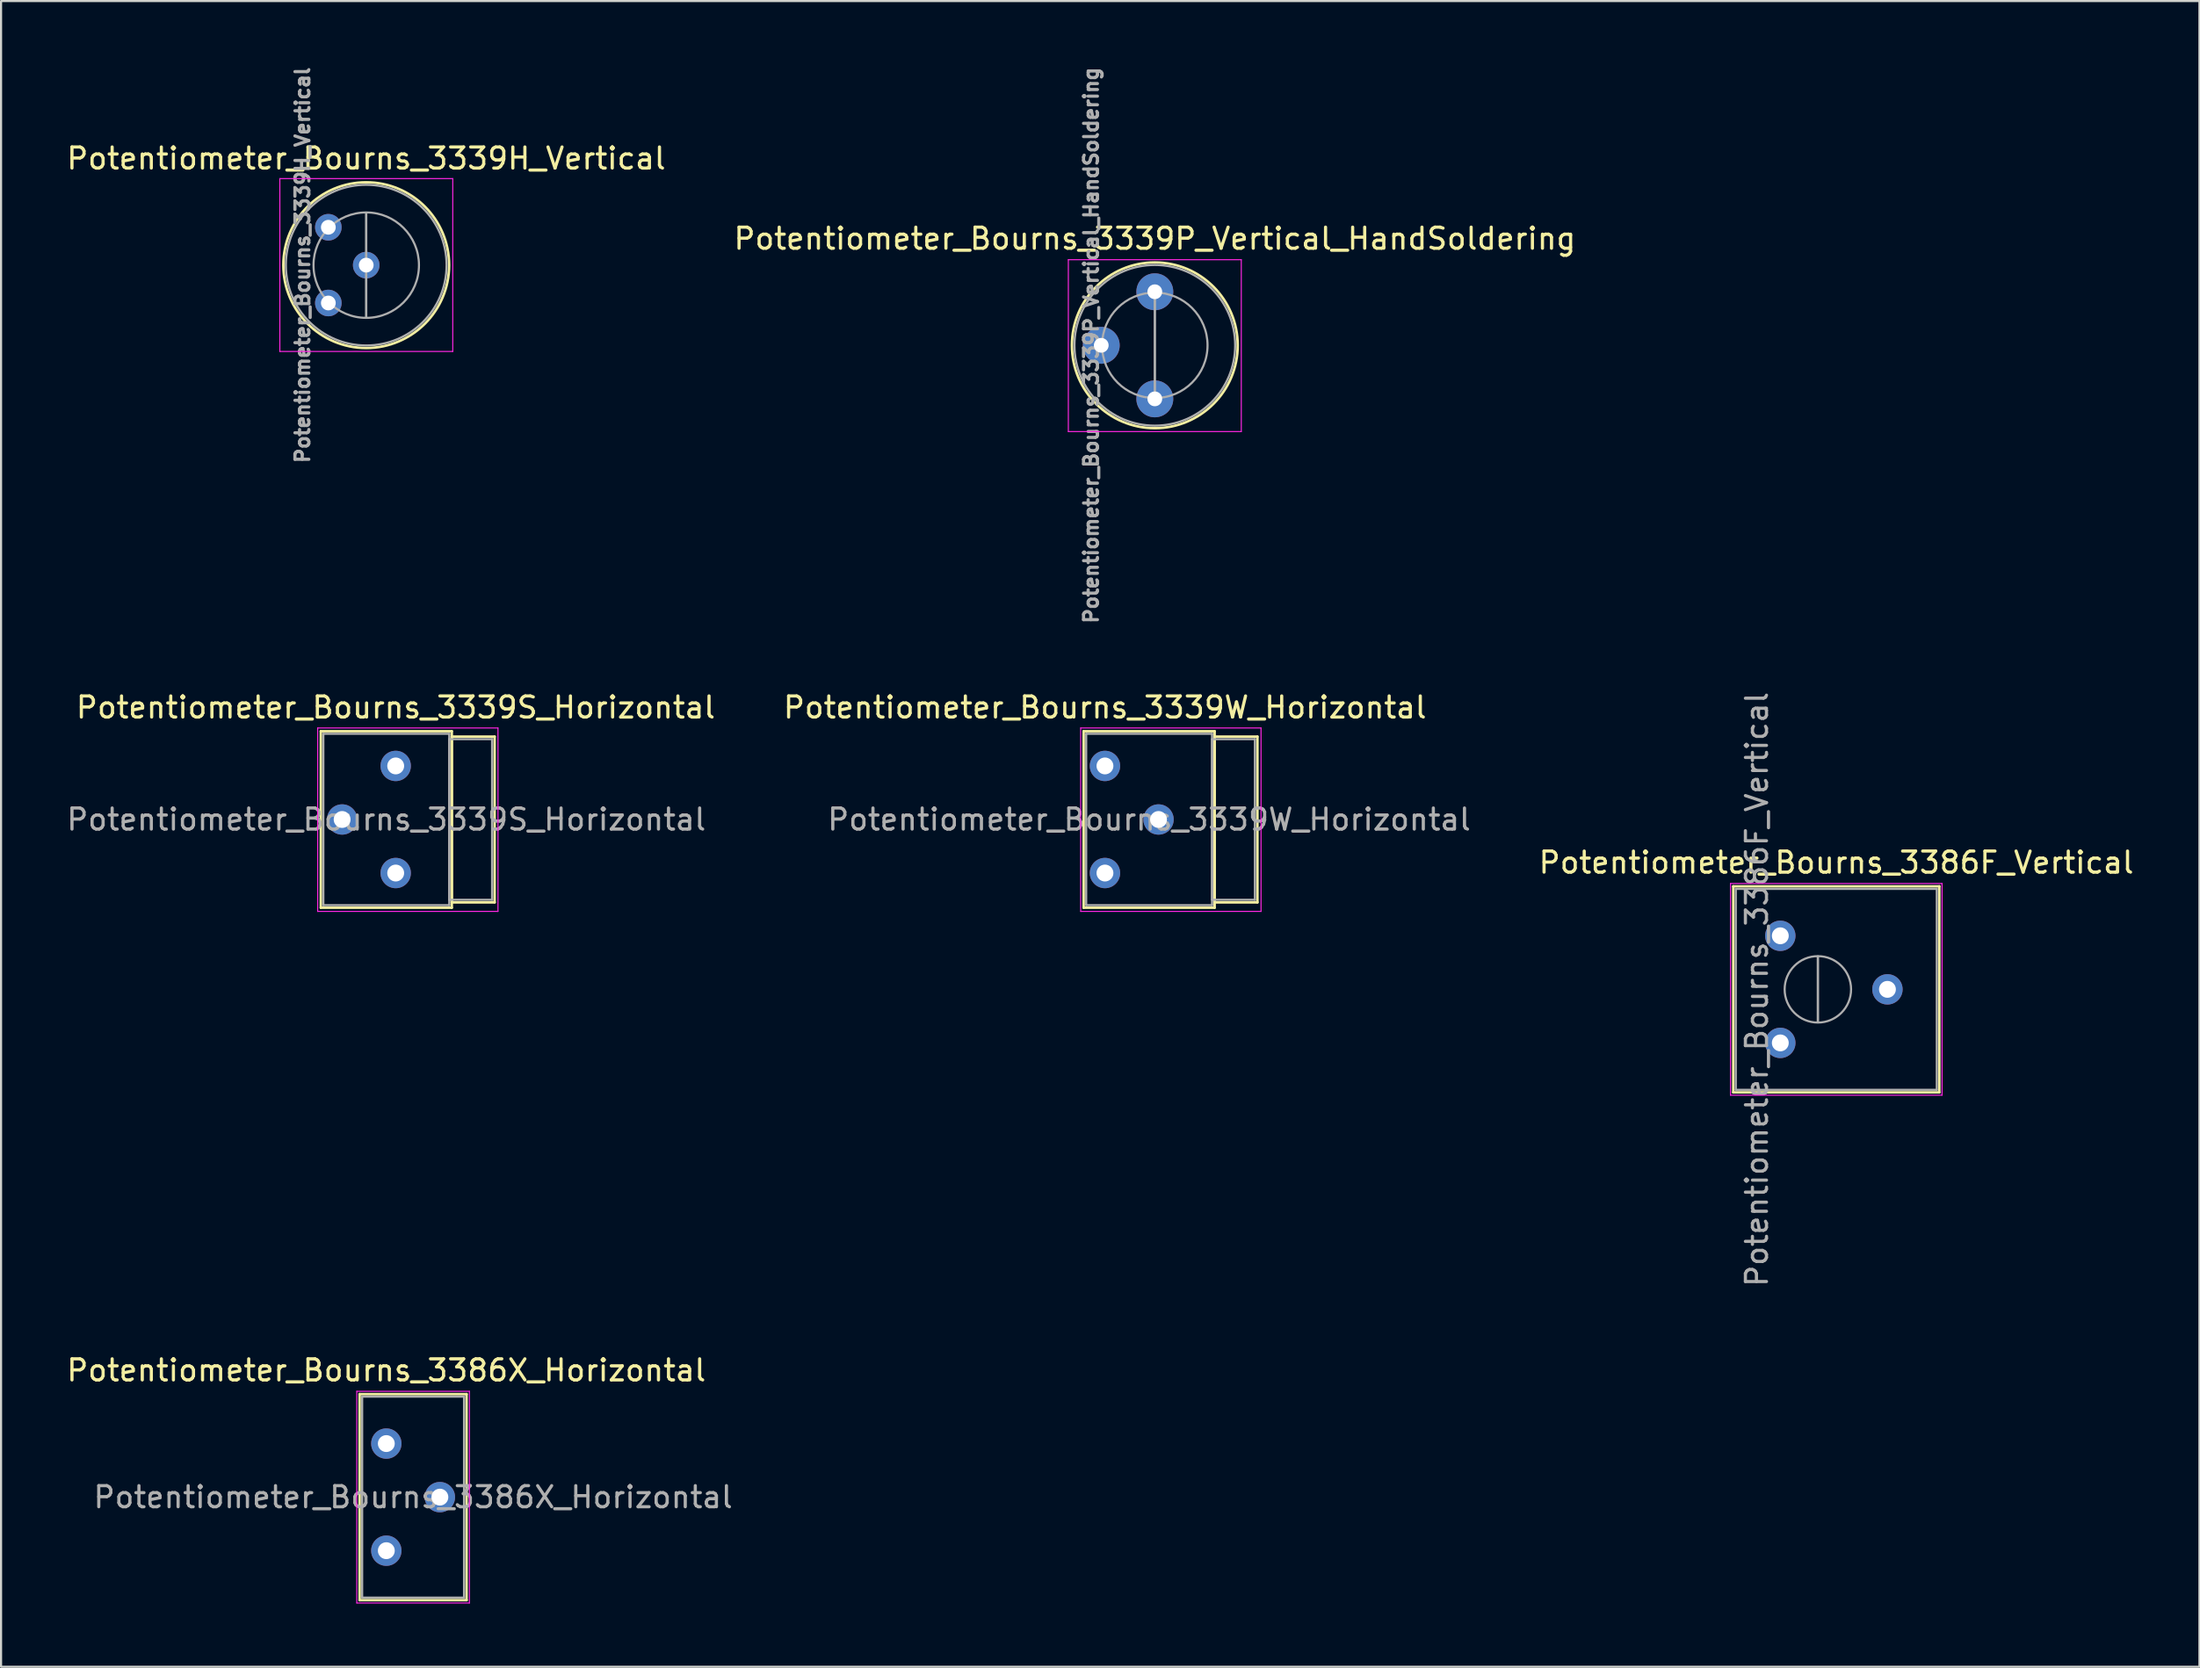
<source format=kicad_pcb>
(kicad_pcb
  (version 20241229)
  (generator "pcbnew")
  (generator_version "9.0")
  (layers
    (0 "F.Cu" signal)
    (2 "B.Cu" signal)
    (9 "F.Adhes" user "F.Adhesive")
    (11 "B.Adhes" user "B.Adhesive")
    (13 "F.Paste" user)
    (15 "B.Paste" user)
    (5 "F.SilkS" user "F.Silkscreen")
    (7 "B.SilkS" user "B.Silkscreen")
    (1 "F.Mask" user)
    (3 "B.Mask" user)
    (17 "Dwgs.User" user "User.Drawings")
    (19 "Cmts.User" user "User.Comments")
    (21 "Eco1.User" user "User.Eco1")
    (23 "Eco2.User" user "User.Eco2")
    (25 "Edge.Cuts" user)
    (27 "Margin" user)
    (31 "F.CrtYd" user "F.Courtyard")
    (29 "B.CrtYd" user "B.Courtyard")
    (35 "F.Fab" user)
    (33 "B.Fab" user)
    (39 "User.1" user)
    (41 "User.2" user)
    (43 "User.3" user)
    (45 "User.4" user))
  (footprint "Potentiometer_Bourns_3339P_Vertical_HandSoldering"
    (layer "F.Cu")
    (at 51.708 15.868)
    (property "Reference" "Potentiometer_Bourns_3339P_Vertical_HandSoldering" (at 0 -7.6 0) (layer "F.SilkS") (effects (font (size 1 1) (thickness 0.15))))
    (attr through_hole)
    (fp_circle (center 0 -2.54) (end 3.93 -2.54) (stroke (width 0.12) (type solid)) (fill no) (layer "F.SilkS"))
    (fp_line (start -4.1 -6.6) (end -4.1 1.55) (stroke (width 0.05) (type solid)) (layer "F.CrtYd"))
    (fp_line (start -4.1 1.55) (end 4.1 1.55) (stroke (width 0.05) (type solid)) (layer "F.CrtYd"))
    (fp_line (start 4.1 -6.6) (end -4.1 -6.6) (stroke (width 0.05) (type solid)) (layer "F.CrtYd"))
    (fp_line (start 4.1 1.55) (end 4.1 -6.6) (stroke (width 0.05) (type solid)) (layer "F.CrtYd"))
    (fp_line (start 0 -0.064) (end 0.001 -5.014) (stroke (width 0.1) (type solid)) (layer "F.Fab"))
    (fp_line (start 0 -0.064) (end 0.001 -5.014) (stroke (width 0.1) (type solid)) (layer "F.Fab"))
    (fp_circle (center 0 -2.54) (end 2.5 -2.54) (stroke (width 0.1) (type solid)) (fill no) (layer "F.Fab"))
    (fp_circle (center 0 -2.54) (end 3.81 -2.54) (stroke (width 0.1) (type solid)) (fill no) (layer "F.Fab"))
    (fp_text user "${REFERENCE}" (at -3.018 -2.54 90) (layer "F.Fab") (effects (font (size 0.66 0.66) (thickness 0.15))))
    (pad "1" thru_hole circle (at 0 0) (size 1.75 1.75) (drill 0.7) (layers "*.Cu" "*.Mask"))
    (pad "2" thru_hole circle (at -2.54 -2.54) (size 1.75 1.75) (drill 0.7) (layers "*.Cu" "*.Mask"))
    (pad "3" thru_hole circle (at 0 -5.08) (size 1.75 1.75) (drill 0.7) (layers "*.Cu" "*.Mask")))
  (footprint "Potentiometer_Bourns_3339W_Horizontal"
    (layer "F.Cu")
    (at 49.344 33.278)
    (property "Reference" "Potentiometer_Bourns_3339W_Horizontal" (at 0 -2.775 0) (layer "F.SilkS") (effects (font (size 1 1) (thickness 0.15))))
    (attr through_hole)
    (fp_line (start -1.01 -1.646) (end -1.01 6.725) (stroke (width 0.12) (type solid)) (layer "F.SilkS"))
    (fp_line (start -1.01 -1.646) (end 5.2 -1.646) (stroke (width 0.12) (type solid)) (layer "F.SilkS"))
    (fp_line (start -1.01 6.725) (end 5.2 6.725) (stroke (width 0.12) (type solid)) (layer "F.SilkS"))
    (fp_line (start 5.2 -1.646) (end 5.2 6.725) (stroke (width 0.12) (type solid)) (layer "F.SilkS"))
    (fp_line (start 5.2 -1.39) (end 5.2 6.471) (stroke (width 0.12) (type solid)) (layer "F.SilkS"))
    (fp_line (start 5.2 -1.39) (end 7.23 -1.39) (stroke (width 0.12) (type solid)) (layer "F.SilkS"))
    (fp_line (start 5.2 6.471) (end 7.23 6.471) (stroke (width 0.12) (type solid)) (layer "F.SilkS"))
    (fp_line (start 7.23 -1.39) (end 7.23 6.471) (stroke (width 0.12) (type solid)) (layer "F.SilkS"))
    (fp_line (start -1.15 -1.8) (end -1.15 6.9) (stroke (width 0.05) (type solid)) (layer "F.CrtYd"))
    (fp_line (start -1.15 6.9) (end 7.4 6.9) (stroke (width 0.05) (type solid)) (layer "F.CrtYd"))
    (fp_line (start 7.4 -1.8) (end -1.15 -1.8) (stroke (width 0.05) (type solid)) (layer "F.CrtYd"))
    (fp_line (start 7.4 6.9) (end 7.4 -1.8) (stroke (width 0.05) (type solid)) (layer "F.CrtYd"))
    (fp_line (start -0.89 -1.525) (end -0.89 6.605) (stroke (width 0.1) (type solid)) (layer "F.Fab"))
    (fp_line (start -0.89 6.605) (end 5.08 6.605) (stroke (width 0.1) (type solid)) (layer "F.Fab"))
    (fp_line (start 5.08 -1.525) (end -0.89 -1.525) (stroke (width 0.1) (type solid)) (layer "F.Fab"))
    (fp_line (start 5.08 -1.27) (end 5.08 6.35) (stroke (width 0.1) (type solid)) (layer "F.Fab"))
    (fp_line (start 5.08 6.35) (end 7.11 6.35) (stroke (width 0.1) (type solid)) (layer "F.Fab"))
    (fp_line (start 5.08 6.605) (end 5.08 -1.525) (stroke (width 0.1) (type solid)) (layer "F.Fab"))
    (fp_line (start 7.11 -1.27) (end 5.08 -1.27) (stroke (width 0.1) (type solid)) (layer "F.Fab"))
    (fp_line (start 7.11 6.35) (end 7.11 -1.27) (stroke (width 0.1) (type solid)) (layer "F.Fab"))
    (fp_text user "${REFERENCE}" (at 2.095 2.54 0) (layer "F.Fab") (effects (font (size 1 1) (thickness 0.15))))
    (pad "1" thru_hole circle (at 0 0) (size 1.44 1.44) (drill 0.8) (layers "*.Cu" "*.Mask"))
    (pad "2" thru_hole circle (at 2.54 2.54) (size 1.44 1.44) (drill 0.8) (layers "*.Cu" "*.Mask"))
    (pad "3" thru_hole circle (at 0 5.08) (size 1.44 1.44) (drill 0.8) (layers "*.Cu" "*.Mask")))
  (footprint "Potentiometer_Bourns_3339S_Horizontal"
    (layer "F.Cu")
    (at 15.713 33.278)
    (property "Reference" "Potentiometer_Bourns_3339S_Horizontal" (at 0 -2.775 0) (layer "F.SilkS") (effects (font (size 1 1) (thickness 0.15))))
    (attr through_hole)
    (fp_line (start -3.55 -1.646) (end -3.55 6.725) (stroke (width 0.12) (type solid)) (layer "F.SilkS"))
    (fp_line (start -3.55 -1.646) (end 2.66 -1.646) (stroke (width 0.12) (type solid)) (layer "F.SilkS"))
    (fp_line (start -3.55 6.725) (end 2.66 6.725) (stroke (width 0.12) (type solid)) (layer "F.SilkS"))
    (fp_line (start 2.66 -1.646) (end 2.66 6.725) (stroke (width 0.12) (type solid)) (layer "F.SilkS"))
    (fp_line (start 2.66 -1.39) (end 2.66 6.471) (stroke (width 0.12) (type solid)) (layer "F.SilkS"))
    (fp_line (start 2.66 -1.39) (end 4.69 -1.39) (stroke (width 0.12) (type solid)) (layer "F.SilkS"))
    (fp_line (start 2.66 6.471) (end 4.69 6.471) (stroke (width 0.12) (type solid)) (layer "F.SilkS"))
    (fp_line (start 4.69 -1.39) (end 4.69 6.471) (stroke (width 0.12) (type solid)) (layer "F.SilkS"))
    (fp_line (start -3.7 -1.8) (end -3.7 6.9) (stroke (width 0.05) (type solid)) (layer "F.CrtYd"))
    (fp_line (start -3.7 6.9) (end 4.85 6.9) (stroke (width 0.05) (type solid)) (layer "F.CrtYd"))
    (fp_line (start 4.85 -1.8) (end -3.7 -1.8) (stroke (width 0.05) (type solid)) (layer "F.CrtYd"))
    (fp_line (start 4.85 6.9) (end 4.85 -1.8) (stroke (width 0.05) (type solid)) (layer "F.CrtYd"))
    (fp_line (start -3.43 -1.525) (end -3.43 6.605) (stroke (width 0.1) (type solid)) (layer "F.Fab"))
    (fp_line (start -3.43 6.605) (end 2.54 6.605) (stroke (width 0.1) (type solid)) (layer "F.Fab"))
    (fp_line (start 2.54 -1.525) (end -3.43 -1.525) (stroke (width 0.1) (type solid)) (layer "F.Fab"))
    (fp_line (start 2.54 -1.27) (end 2.54 6.35) (stroke (width 0.1) (type solid)) (layer "F.Fab"))
    (fp_line (start 2.54 6.35) (end 4.57 6.35) (stroke (width 0.1) (type solid)) (layer "F.Fab"))
    (fp_line (start 2.54 6.605) (end 2.54 -1.525) (stroke (width 0.1) (type solid)) (layer "F.Fab"))
    (fp_line (start 4.57 -1.27) (end 2.54 -1.27) (stroke (width 0.1) (type solid)) (layer "F.Fab"))
    (fp_line (start 4.57 6.35) (end 4.57 -1.27) (stroke (width 0.1) (type solid)) (layer "F.Fab"))
    (fp_text user "${REFERENCE}" (at -0.445 2.54 0) (layer "F.Fab") (effects (font (size 1 1) (thickness 0.15))))
    (pad "1" thru_hole circle (at 0 0) (size 1.44 1.44) (drill 0.8) (layers "*.Cu" "*.Mask"))
    (pad "2" thru_hole circle (at -2.54 2.54) (size 1.44 1.44) (drill 0.8) (layers "*.Cu" "*.Mask"))
    (pad "3" thru_hole circle (at 0 5.08) (size 1.44 1.44) (drill 0.8) (layers "*.Cu" "*.Mask")))
  (footprint "Potentiometer_Bourns_3386F_Vertical"
    (layer "F.Cu")
    (at 81.367 46.415)
    (property "Reference" "Potentiometer_Bourns_3386F_Vertical" (at 2.655 -8.555 0) (layer "F.SilkS") (effects (font (size 1 1) (thickness 0.15))))
    (attr through_hole)
    (fp_line (start -2.23 -7.425) (end -2.23 2.345) (stroke (width 0.12) (type solid)) (layer "F.SilkS"))
    (fp_line (start -2.23 -7.425) (end 7.54 -7.425) (stroke (width 0.12) (type solid)) (layer "F.SilkS"))
    (fp_line (start -2.23 2.345) (end 7.54 2.345) (stroke (width 0.12) (type solid)) (layer "F.SilkS"))
    (fp_line (start 7.54 -7.425) (end 7.54 2.345) (stroke (width 0.12) (type solid)) (layer "F.SilkS"))
    (fp_line (start -2.36 -7.56) (end -2.36 2.48) (stroke (width 0.05) (type solid)) (layer "F.CrtYd"))
    (fp_line (start -2.36 2.48) (end 7.67 2.48) (stroke (width 0.05) (type solid)) (layer "F.CrtYd"))
    (fp_line (start 7.67 -7.56) (end -2.36 -7.56) (stroke (width 0.05) (type solid)) (layer "F.CrtYd"))
    (fp_line (start 7.67 2.48) (end 7.67 -7.56) (stroke (width 0.05) (type solid)) (layer "F.CrtYd"))
    (fp_line (start -2.11 -7.305) (end -2.11 2.225) (stroke (width 0.1) (type solid)) (layer "F.Fab"))
    (fp_line (start -2.11 2.225) (end 7.42 2.225) (stroke (width 0.1) (type solid)) (layer "F.Fab"))
    (fp_line (start 1.781 -0.98) (end 1.781 -4.099) (stroke (width 0.1) (type solid)) (layer "F.Fab"))
    (fp_line (start 1.781 -0.98) (end 1.781 -4.099) (stroke (width 0.1) (type solid)) (layer "F.Fab"))
    (fp_line (start 7.42 -7.305) (end -2.11 -7.305) (stroke (width 0.1) (type solid)) (layer "F.Fab"))
    (fp_line (start 7.42 2.225) (end 7.42 -7.305) (stroke (width 0.1) (type solid)) (layer "F.Fab"))
    (fp_circle (center 1.781 -2.54) (end 3.356 -2.54) (stroke (width 0.1) (type solid)) (fill no) (layer "F.Fab"))
    (fp_text user "${REFERENCE}" (at -1.11 -2.54 90) (layer "F.Fab") (effects (font (size 1 1) (thickness 0.15))))
    (pad "1" thru_hole circle (at 0 0) (size 1.44 1.44) (drill 0.8) (layers "*.Cu" "*.Mask"))
    (pad "2" thru_hole circle (at 5.08 -2.54) (size 1.44 1.44) (drill 0.8) (layers "*.Cu" "*.Mask"))
    (pad "3" thru_hole circle (at 0 -5.08) (size 1.44 1.44) (drill 0.8) (layers "*.Cu" "*.Mask")))
  (footprint "Potentiometer_Bourns_3339H_Vertical"
    (layer "F.Cu")
    (at 12.519 11.321)
    (property "Reference" "Potentiometer_Bourns_3339H_Vertical" (at 1.796 -6.856 0) (layer "F.SilkS") (effects (font (size 1 1) (thickness 0.15))))
    (attr through_hole)
    (fp_circle (center 1.797 -1.795) (end 5.727 -1.795) (stroke (width 0.12) (type solid)) (fill no) (layer "F.SilkS"))
    (fp_line (start -2.3 -5.9) (end -2.3 2.3) (stroke (width 0.05) (type solid)) (layer "F.CrtYd"))
    (fp_line (start -2.3 2.3) (end 5.9 2.3) (stroke (width 0.05) (type solid)) (layer "F.CrtYd"))
    (fp_line (start 5.9 -5.9) (end -2.3 -5.9) (stroke (width 0.05) (type solid)) (layer "F.CrtYd"))
    (fp_line (start 5.9 2.3) (end 5.9 -5.9) (stroke (width 0.05) (type solid)) (layer "F.CrtYd"))
    (fp_line (start 1.797 0.68) (end 1.797 -4.271) (stroke (width 0.1) (type solid)) (layer "F.Fab"))
    (fp_line (start 1.797 0.68) (end 1.797 -4.271) (stroke (width 0.1) (type solid)) (layer "F.Fab"))
    (fp_circle (center 1.796 -1.796) (end 5.606 -1.796) (stroke (width 0.1) (type solid)) (fill no) (layer "F.Fab"))
    (fp_circle (center 1.797 -1.795) (end 4.297 -1.795) (stroke (width 0.1) (type solid)) (fill no) (layer "F.Fab"))
    (fp_text user "${REFERENCE}" (at -1.222 -1.796 90) (layer "F.Fab") (effects (font (size 0.66 0.66) (thickness 0.15))))
    (pad "1" thru_hole circle (at 0 0) (size 1.26 1.26) (drill 0.7) (layers "*.Cu" "*.Mask"))
    (pad "2" thru_hole circle (at 1.796 -1.796) (size 1.26 1.26) (drill 0.7) (layers "*.Cu" "*.Mask"))
    (pad "3" thru_hole circle (at 0 -3.592) (size 1.26 1.26) (drill 0.7) (layers "*.Cu" "*.Mask")))
  (footprint "Potentiometer_Bourns_3386X_Horizontal"
    (layer "F.Cu")
    (at 15.268 65.419)
    (property "Reference" "Potentiometer_Bourns_3386X_Horizontal" (at 0 -3.475 0) (layer "F.SilkS") (effects (font (size 1 1) (thickness 0.15))))
    (attr through_hole)
    (fp_line (start -1.265 -2.345) (end -1.265 7.425) (stroke (width 0.12) (type solid)) (layer "F.SilkS"))
    (fp_line (start -1.265 -2.345) (end 3.805 -2.345) (stroke (width 0.12) (type solid)) (layer "F.SilkS"))
    (fp_line (start -1.265 7.425) (end 3.805 7.425) (stroke (width 0.12) (type solid)) (layer "F.SilkS"))
    (fp_line (start 3.805 -2.345) (end 3.805 7.425) (stroke (width 0.12) (type solid)) (layer "F.SilkS"))
    (fp_line (start -1.4 -2.48) (end -1.4 7.56) (stroke (width 0.05) (type solid)) (layer "F.CrtYd"))
    (fp_line (start -1.4 7.56) (end 3.94 7.56) (stroke (width 0.05) (type solid)) (layer "F.CrtYd"))
    (fp_line (start 3.94 -2.48) (end -1.4 -2.48) (stroke (width 0.05) (type solid)) (layer "F.CrtYd"))
    (fp_line (start 3.94 7.56) (end 3.94 -2.48) (stroke (width 0.05) (type solid)) (layer "F.CrtYd"))
    (fp_line (start -1.145 -2.225) (end 3.685 -2.225) (stroke (width 0.1) (type solid)) (layer "F.Fab"))
    (fp_line (start -1.145 7.305) (end -1.145 -2.225) (stroke (width 0.1) (type solid)) (layer "F.Fab"))
    (fp_line (start 3.685 -2.225) (end 3.685 7.305) (stroke (width 0.1) (type solid)) (layer "F.Fab"))
    (fp_line (start 3.685 7.305) (end -1.145 7.305) (stroke (width 0.1) (type solid)) (layer "F.Fab"))
    (fp_text user "${REFERENCE}" (at 1.27 2.54 0) (layer "F.Fab") (effects (font (size 1 1) (thickness 0.15))))
    (pad "1" thru_hole circle (at 0 0) (size 1.44 1.44) (drill 0.8) (layers "*.Cu" "*.Mask"))
    (pad "2" thru_hole circle (at 2.54 2.54) (size 1.44 1.44) (drill 0.8) (layers "*.Cu" "*.Mask"))
    (pad "3" thru_hole circle (at 0 5.08) (size 1.44 1.44) (drill 0.8) (layers "*.Cu" "*.Mask")))
  (gr_rect
    (start -3 -3)
    (end 101.242 76.004)
    (stroke (width 0.1) (type default))
    (fill no)
    (layer "Edge.Cuts")))
</source>
